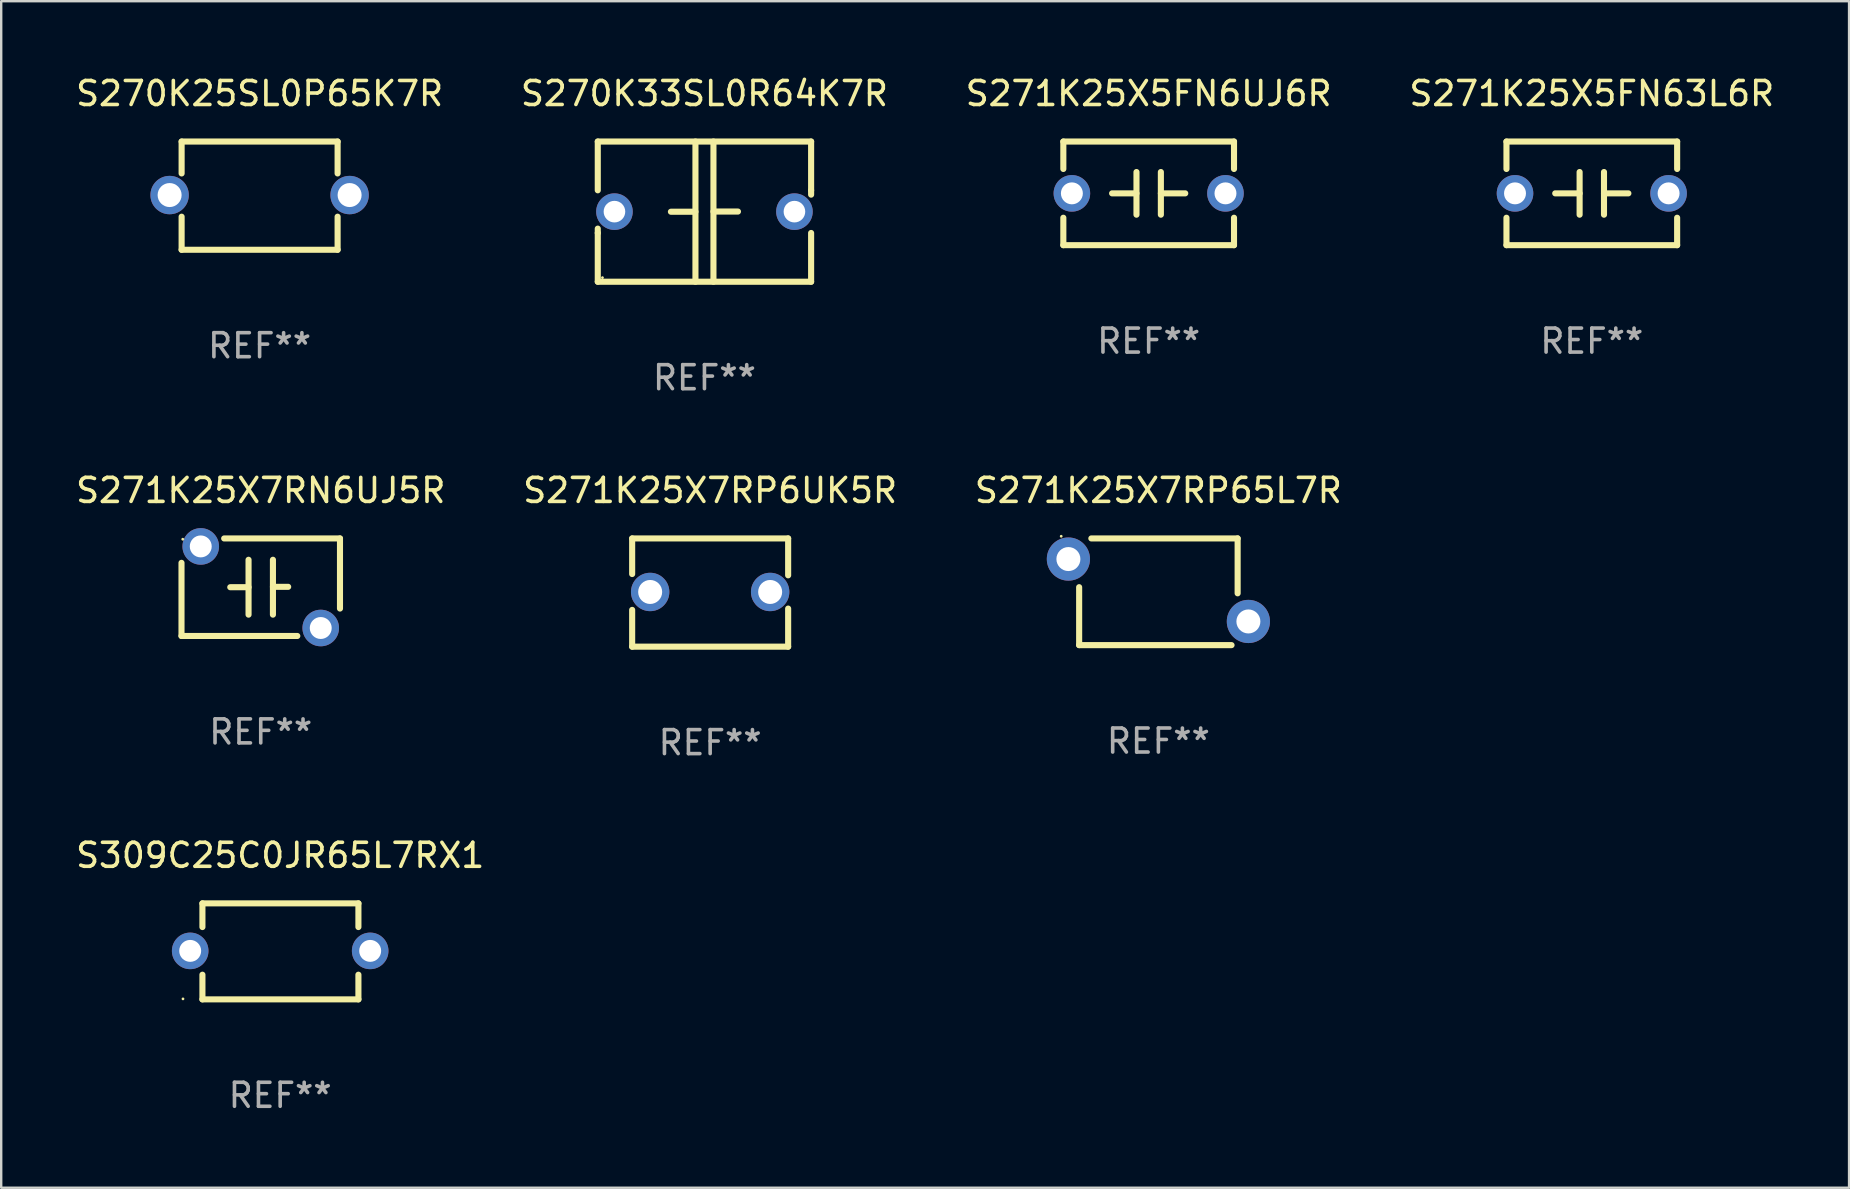
<source format=kicad_pcb>
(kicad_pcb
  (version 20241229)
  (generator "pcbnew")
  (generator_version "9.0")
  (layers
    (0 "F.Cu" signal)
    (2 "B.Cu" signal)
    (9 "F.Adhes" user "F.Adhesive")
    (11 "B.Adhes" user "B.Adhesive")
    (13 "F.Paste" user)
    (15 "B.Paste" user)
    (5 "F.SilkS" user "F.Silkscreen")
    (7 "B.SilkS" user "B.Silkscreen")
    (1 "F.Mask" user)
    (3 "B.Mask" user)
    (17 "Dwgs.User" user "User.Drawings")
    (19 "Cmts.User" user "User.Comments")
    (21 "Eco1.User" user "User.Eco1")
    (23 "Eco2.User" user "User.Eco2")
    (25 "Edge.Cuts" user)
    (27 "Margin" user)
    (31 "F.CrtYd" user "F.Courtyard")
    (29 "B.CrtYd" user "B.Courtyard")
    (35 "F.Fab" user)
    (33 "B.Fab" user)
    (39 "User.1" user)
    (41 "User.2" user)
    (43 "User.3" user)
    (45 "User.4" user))
  (footprint "S271K25X7RN6UJ5R"
    (layer "F.Cu")
    (at 7.815 21.419)
    (property "Reference" "S271K25X7RN6UJ5R" (at 0 -4.032 0) (layer "F.SilkS") (effects (font (size 1 1) (thickness 0.15))))
    (attr through_hole)
    (fp_line (start -3.302 2.032) (end -3.302 -1.016) (stroke (width 0.254) (type solid)) (layer "F.SilkS"))
    (fp_line (start -3.302 2.032) (end 1.524 2.032) (stroke (width 0.254) (type solid)) (layer "F.SilkS"))
    (fp_line (start -1.524 -2.032) (end 3.302 -2.032) (stroke (width 0.254) (type solid)) (layer "F.SilkS"))
    (fp_line (start -1.27 0) (end -0.508 0) (stroke (width 0.254) (type solid)) (layer "F.SilkS"))
    (fp_line (start -0.508 1.143) (end -0.508 -1.143) (stroke (width 0.254) (type solid)) (layer "F.SilkS"))
    (fp_line (start 0.508 -0.016) (end 1.143 -0.016) (stroke (width 0.254) (type solid)) (layer "F.SilkS"))
    (fp_line (start 0.508 1.143) (end 0.508 -1.143) (stroke (width 0.254) (type solid)) (layer "F.SilkS"))
    (fp_line (start 3.302 -2.032) (end 3.302 0.889) (stroke (width 0.254) (type solid)) (layer "F.SilkS"))
    (fp_circle (center -3.25 -2) (end -3.22 -2) (stroke (width 0.06) (type solid)) (fill no) (layer "F.SilkS"))
    (fp_text user "REF**" (at 0 6.032 0) (layer "F.Fab") (effects (font (size 1 1) (thickness 0.15))))
    (pad "1" thru_hole circle (at -2.5 -1.7) (size 1.524 1.524) (drill 0.914) (layers "*.Cu" "*.Mask"))
    (pad "2" thru_hole circle (at 2.5 1.7) (size 1.524 1.524) (drill 0.914) (layers "*.Cu" "*.Mask")))
  (footprint "S271K25X7RP65L7R"
    (layer "F.Cu")
    (at 45.22 21.609)
    (property "Reference" "S271K25X7RP65L7R" (at 0 -4.223 0) (layer "F.SilkS") (effects (font (size 1 1) (thickness 0.15))))
    (attr through_hole)
    (fp_line (start -3.302 2.223) (end -3.302 -0.191) (stroke (width 0.254) (type solid)) (layer "F.SilkS"))
    (fp_line (start -3.302 2.223) (end 3.048 2.223) (stroke (width 0.254) (type solid)) (layer "F.SilkS"))
    (fp_line (start -2.794 -2.223) (end 3.302 -2.223) (stroke (width 0.254) (type solid)) (layer "F.SilkS"))
    (fp_line (start 3.302 -2.223) (end 3.302 0.064) (stroke (width 0.254) (type solid)) (layer "F.SilkS"))
    (fp_circle (center -4.05 -2.313) (end -4.02 -2.313) (stroke (width 0.06) (type solid)) (fill no) (layer "F.SilkS"))
    (fp_text user "REF**" (at 0 6.223 0) (layer "F.Fab") (effects (font (size 1 1) (thickness 0.15))))
    (pad "1" thru_hole circle (at -3.75 -1.363) (size 1.8 1.8) (drill 1) (layers "*.Cu" "*.Mask"))
    (pad "2" thru_hole circle (at 3.75 1.237) (size 1.8 1.8) (drill 1) (layers "*.Cu" "*.Mask")))
  (footprint "S271K25X5FN6UJ6R"
    (layer "F.Cu")
    (at 44.815 5.007)
    (property "Reference" "S271K25X5FN6UJ6R" (at 0 -4.159 0) (layer "F.SilkS") (effects (font (size 1 1) (thickness 0.15))))
    (attr through_hole)
    (fp_line (start -3.556 -2.159) (end 3.556 -2.159) (stroke (width 0.254) (type solid)) (layer "F.SilkS"))
    (fp_line (start -3.556 -1.016) (end -3.556 -2.159) (stroke (width 0.254) (type solid)) (layer "F.SilkS"))
    (fp_line (start -3.556 2.159) (end -3.556 1.016) (stroke (width 0.254) (type solid)) (layer "F.SilkS"))
    (fp_line (start -0.508 -0.000025) (end -1.524 -0.000025) (stroke (width 0.254) (type solid)) (layer "F.SilkS"))
    (fp_line (start -0.508 0.889) (end -0.508 -0.889) (stroke (width 0.254) (type solid)) (layer "F.SilkS"))
    (fp_line (start 0.508 -0.889) (end 0.508 0.889) (stroke (width 0.254) (type solid)) (layer "F.SilkS"))
    (fp_line (start 0.508 0.000025) (end 1.524 0.000025) (stroke (width 0.254) (type solid)) (layer "F.SilkS"))
    (fp_line (start 3.556 -2.159) (end 3.556 -1.016) (stroke (width 0.254) (type solid)) (layer "F.SilkS"))
    (fp_line (start 3.556 1.016) (end 3.556 2.159) (stroke (width 0.254) (type solid)) (layer "F.SilkS"))
    (fp_line (start 3.556 2.159) (end -3.556 2.159) (stroke (width 0.254) (type solid)) (layer "F.SilkS"))
    (fp_circle (center -3.5 2) (end -3.47 2) (stroke (width 0.06) (type solid)) (fill no) (layer "F.SilkS"))
    (fp_text user "REF**" (at 0 6.159 0) (layer "F.Fab") (effects (font (size 1 1) (thickness 0.15))))
    (pad "1" thru_hole circle (at -3.2 0) (size 1.524 1.524) (drill 0.914) (layers "*.Cu" "*.Mask"))
    (pad "2" thru_hole circle (at 3.2 0) (size 1.524 1.524) (drill 0.914) (layers "*.Cu" "*.Mask")))
  (footprint "S271K25X5FN63L6R"
    (layer "F.Cu")
    (at 63.28 5.007)
    (property "Reference" "S271K25X5FN63L6R" (at 0 -4.159 0) (layer "F.SilkS") (effects (font (size 1 1) (thickness 0.15))))
    (attr through_hole)
    (fp_line (start -3.556 -2.159) (end 3.556 -2.159) (stroke (width 0.254) (type solid)) (layer "F.SilkS"))
    (fp_line (start -3.556 -1.016) (end -3.556 -2.159) (stroke (width 0.254) (type solid)) (layer "F.SilkS"))
    (fp_line (start -3.556 2.159) (end -3.556 1.016) (stroke (width 0.254) (type solid)) (layer "F.SilkS"))
    (fp_line (start -0.508 -0.000025) (end -1.524 -0.000025) (stroke (width 0.254) (type solid)) (layer "F.SilkS"))
    (fp_line (start -0.508 0.889) (end -0.508 -0.889) (stroke (width 0.254) (type solid)) (layer "F.SilkS"))
    (fp_line (start 0.508 -0.889) (end 0.508 0.889) (stroke (width 0.254) (type solid)) (layer "F.SilkS"))
    (fp_line (start 0.508 0.000025) (end 1.524 0.000025) (stroke (width 0.254) (type solid)) (layer "F.SilkS"))
    (fp_line (start 3.556 -2.159) (end 3.556 -1.016) (stroke (width 0.254) (type solid)) (layer "F.SilkS"))
    (fp_line (start 3.556 1.016) (end 3.556 2.159) (stroke (width 0.254) (type solid)) (layer "F.SilkS"))
    (fp_line (start 3.556 2.159) (end -3.556 2.159) (stroke (width 0.254) (type solid)) (layer "F.SilkS"))
    (fp_circle (center -3.5 2) (end -3.47 2) (stroke (width 0.06) (type solid)) (fill no) (layer "F.SilkS"))
    (fp_text user "REF**" (at 0 6.159 0) (layer "F.Fab") (effects (font (size 1 1) (thickness 0.15))))
    (pad "1" thru_hole circle (at -3.2 0) (size 1.524 1.524) (drill 0.914) (layers "*.Cu" "*.Mask"))
    (pad "2" thru_hole circle (at 3.2 0) (size 1.524 1.524) (drill 0.914) (layers "*.Cu" "*.Mask")))
  (footprint "S271K25X7RP6UK5R"
    (layer "F.Cu")
    (at 26.542 21.642)
    (property "Reference" "S271K25X7RP6UK5R" (at 0 -4.255 0) (layer "F.SilkS") (effects (font (size 1 1) (thickness 0.15))))
    (attr through_hole)
    (fp_line (start -3.25 -2.255) (end -3.25 -0.772) (stroke (width 0.254) (type solid)) (layer "F.SilkS"))
    (fp_line (start -3.25 -2.255) (end 3.25 -2.255) (stroke (width 0.254) (type solid)) (layer "F.SilkS"))
    (fp_line (start -3.25 0.722) (end -3.25 2.255) (stroke (width 0.254) (type solid)) (layer "F.SilkS"))
    (fp_line (start 3.25 -2.255) (end 3.25 -0.718) (stroke (width 0.254) (type solid)) (layer "F.SilkS"))
    (fp_line (start 3.25 0.668) (end 3.25 2.255) (stroke (width 0.254) (type solid)) (layer "F.SilkS"))
    (fp_line (start 3.25 2.255) (end -3.25 2.255) (stroke (width 0.254) (type solid)) (layer "F.SilkS"))
    (fp_circle (center -3.25 2.225) (end -3.22 2.225) (stroke (width 0.06) (type solid)) (fill no) (layer "F.SilkS"))
    (fp_text user "REF**" (at 0 6.255 0) (layer "F.Fab") (effects (font (size 1 1) (thickness 0.15))))
    (pad "1" thru_hole circle (at -2.5 -0.025) (size 1.6 1.6) (drill 1) (layers "*.Cu" "*.Mask"))
    (pad "2" thru_hole circle (at 2.5 -0.025) (size 1.6 1.6) (drill 1) (layers "*.Cu" "*.Mask")))
  (footprint "S309C25C0JR65L7RX1"
    (layer "F.Cu")
    (at 8.625 36.593)
    (property "Reference" "S309C25C0JR65L7RX1" (at 0 -4 0) (layer "F.SilkS") (effects (font (size 1 1) (thickness 0.15))))
    (attr through_hole)
    (fp_line (start -3.24 -2) (end -3.24 -1.013) (stroke (width 0.254) (type solid)) (layer "F.SilkS"))
    (fp_line (start -3.24 -2) (end 3.26 -2) (stroke (width 0.254) (type solid)) (layer "F.SilkS"))
    (fp_line (start -3.24 0.973) (end -3.24 2) (stroke (width 0.254) (type solid)) (layer "F.SilkS"))
    (fp_line (start 3.26 -2) (end 3.26 -1.013) (stroke (width 0.254) (type solid)) (layer "F.SilkS"))
    (fp_line (start 3.26 0.973) (end 3.26 2) (stroke (width 0.254) (type solid)) (layer "F.SilkS"))
    (fp_line (start 3.26 2) (end -3.24 2) (stroke (width 0.254) (type solid)) (layer "F.SilkS"))
    (fp_circle (center -4.05 1.98) (end -4.02 1.98) (stroke (width 0.06) (type solid)) (fill no) (layer "F.SilkS"))
    (fp_text user "REF**" (at 0 6 0) (layer "F.Fab") (effects (font (size 1 1) (thickness 0.15))))
    (pad "1" thru_hole circle (at -3.75 -0.02) (size 1.524 1.524) (drill 0.914) (layers "*.Cu" "*.Mask"))
    (pad "2" thru_hole circle (at 3.75 -0.02) (size 1.524 1.524) (drill 0.914) (layers "*.Cu" "*.Mask")))
  (footprint "S270K33SL0R64K7R"
    (layer "F.Cu")
    (at 26.304 5.769)
    (property "Reference" "S270K33SL0R64K7R" (at 0 -4.921 0) (layer "F.SilkS") (effects (font (size 1 1) (thickness 0.15))))
    (attr through_hole)
    (fp_line (start -4.445 -2.921) (end 4.445 -2.921) (stroke (width 0.254) (type solid)) (layer "F.SilkS"))
    (fp_line (start -4.445 -0.889) (end -4.445 -2.921) (stroke (width 0.254) (type solid)) (layer "F.SilkS"))
    (fp_line (start -4.445 0.889) (end -4.445 0.708) (stroke (width 0.254) (type solid)) (layer "F.SilkS"))
    (fp_line (start -4.445 2.921) (end -4.445 0.889) (stroke (width 0.254) (type solid)) (layer "F.SilkS"))
    (fp_line (start -0.375 0.004) (end -1.397 0.004) (stroke (width 0.254) (type solid)) (layer "F.SilkS"))
    (fp_line (start -0.375 2.921) (end -0.375 -2.921) (stroke (width 0.254) (type solid)) (layer "F.SilkS"))
    (fp_line (start 0.375 -2.921) (end 0.375 2.921) (stroke (width 0.254) (type solid)) (layer "F.SilkS"))
    (fp_line (start 0.375 -0.004) (end 1.397 -0.004) (stroke (width 0.254) (type solid)) (layer "F.SilkS"))
    (fp_line (start 4.445 -2.921) (end 4.445 -0.889) (stroke (width 0.254) (type solid)) (layer "F.SilkS"))
    (fp_line (start 4.445 -0.889) (end 4.445 -0.708) (stroke (width 0.254) (type solid)) (layer "F.SilkS"))
    (fp_line (start 4.445 0.889) (end 4.445 2.921) (stroke (width 0.254) (type solid)) (layer "F.SilkS"))
    (fp_line (start 4.445 2.921) (end -4.445 2.921) (stroke (width 0.254) (type solid)) (layer "F.SilkS"))
    (fp_circle (center -4.25 2.75) (end -4.22 2.75) (stroke (width 0.06) (type solid)) (fill no) (layer "F.SilkS"))
    (fp_text user "REF**" (at 0 6.921 0) (layer "F.Fab") (effects (font (size 1 1) (thickness 0.15))))
    (pad "1" thru_hole circle (at -3.75 0) (size 1.524 1.524) (drill 0.9) (layers "*.Cu" "*.Mask"))
    (pad "2" thru_hole circle (at 3.75 0) (size 1.524 1.524) (drill 0.9) (layers "*.Cu" "*.Mask")))
  (footprint "S270K25SL0P65K7R"
    (layer "F.Cu")
    (at 7.768 5.103)
    (property "Reference" "S270K25SL0P65K7R" (at 0 -4.255 0) (layer "F.SilkS") (effects (font (size 1 1) (thickness 0.15))))
    (attr through_hole)
    (fp_line (start -3.25 -2.255) (end 3.25 -2.255) (stroke (width 0.254) (type solid)) (layer "F.SilkS"))
    (fp_line (start -3.25 -0.926) (end -3.25 -2.255) (stroke (width 0.254) (type solid)) (layer "F.SilkS"))
    (fp_line (start -3.25 2.255) (end -3.25 0.877) (stroke (width 0.254) (type solid)) (layer "F.SilkS"))
    (fp_line (start 3.25 -2.255) (end 3.25 -0.926) (stroke (width 0.254) (type solid)) (layer "F.SilkS"))
    (fp_line (start 3.25 0.877) (end 3.25 2.255) (stroke (width 0.254) (type solid)) (layer "F.SilkS"))
    (fp_line (start 3.25 2.255) (end -3.25 2.255) (stroke (width 0.254) (type solid)) (layer "F.SilkS"))
    (fp_circle (center -3.25 2.225) (end -3.22 2.225) (stroke (width 0.06) (type solid)) (fill no) (layer "F.SilkS"))
    (fp_text user "REF**" (at 0 6.255 0) (layer "F.Fab") (effects (font (size 1 1) (thickness 0.15))))
    (pad "1" thru_hole circle (at -3.75 -0.025) (size 1.6 1.6) (drill 1) (layers "*.Cu" "*.Mask"))
    (pad "2" thru_hole circle (at 3.75 -0.025) (size 1.6 1.6) (drill 1) (layers "*.Cu" "*.Mask")))
  (gr_rect
    (start -3 -3)
    (end 74 46.442)
    (stroke (width 0.1) (type default))
    (fill no)
    (layer "Edge.Cuts")))
</source>
